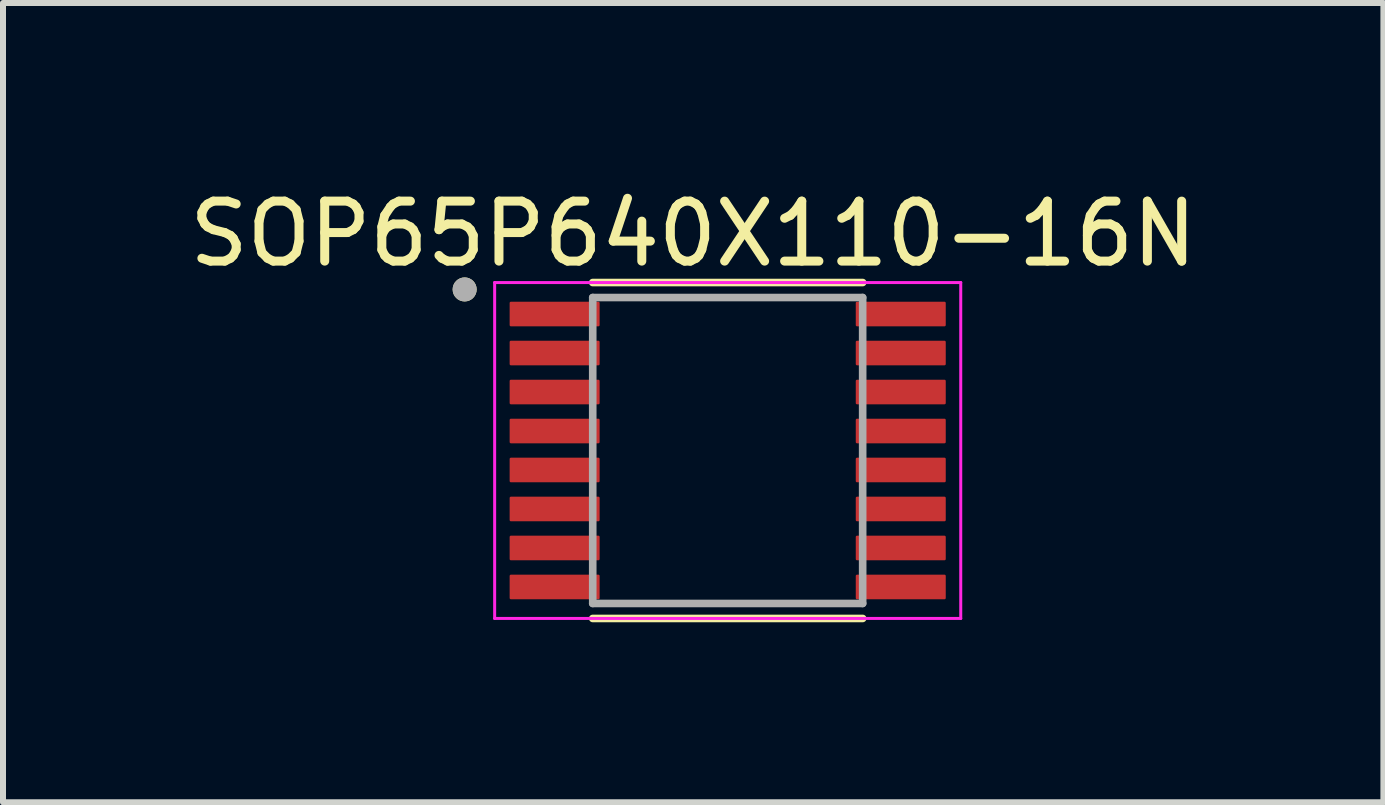
<source format=kicad_pcb>
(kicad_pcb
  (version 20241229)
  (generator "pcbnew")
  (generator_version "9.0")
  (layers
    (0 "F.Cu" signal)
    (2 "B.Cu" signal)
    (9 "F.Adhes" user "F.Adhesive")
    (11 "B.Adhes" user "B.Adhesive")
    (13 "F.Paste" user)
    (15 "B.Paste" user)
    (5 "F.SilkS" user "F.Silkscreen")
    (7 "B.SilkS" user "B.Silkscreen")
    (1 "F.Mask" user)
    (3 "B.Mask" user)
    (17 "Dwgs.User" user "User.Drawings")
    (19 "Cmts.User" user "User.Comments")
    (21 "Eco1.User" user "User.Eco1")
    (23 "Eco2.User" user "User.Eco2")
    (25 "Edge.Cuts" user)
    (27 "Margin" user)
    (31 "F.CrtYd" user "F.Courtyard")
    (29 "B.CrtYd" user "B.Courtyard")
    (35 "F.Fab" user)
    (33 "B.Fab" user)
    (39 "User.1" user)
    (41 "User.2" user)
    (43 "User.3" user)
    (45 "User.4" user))
  (footprint "SOP65P640X110-16N"
    (layer "F.Cu")
    (at 9.081 4.46)
    (property "Reference" "SOP65P640X110-16N" (at -0.575 -3.612 0) (layer "F.SilkS") (effects (font (size 1 1) (thickness 0.15))))
    (attr through_hole)
    (fp_line (start -2.25 -2.8) (end 2.25 -2.8) (stroke (width 0.127) (type solid)) (layer "F.SilkS"))
    (fp_line (start -2.25 2.8) (end 2.25 2.8) (stroke (width 0.127) (type solid)) (layer "F.SilkS"))
    (fp_circle (center -4.385 -2.685) (end -4.285 -2.685) (stroke (width 0.2) (type solid)) (fill no) (layer "F.SilkS"))
    (fp_line (start -3.885 -2.8) (end -3.885 2.8) (stroke (width 0.05) (type solid)) (layer "F.CrtYd"))
    (fp_line (start -3.885 -2.8) (end 3.885 -2.8) (stroke (width 0.05) (type solid)) (layer "F.CrtYd"))
    (fp_line (start -3.885 2.8) (end 3.885 2.8) (stroke (width 0.05) (type solid)) (layer "F.CrtYd"))
    (fp_line (start 3.885 -2.8) (end 3.885 2.8) (stroke (width 0.05) (type solid)) (layer "F.CrtYd"))
    (fp_line (start -2.25 -2.55) (end -2.25 2.55) (stroke (width 0.127) (type solid)) (layer "F.Fab"))
    (fp_line (start -2.25 -2.55) (end 2.25 -2.55) (stroke (width 0.127) (type solid)) (layer "F.Fab"))
    (fp_line (start -2.25 2.55) (end 2.25 2.55) (stroke (width 0.127) (type solid)) (layer "F.Fab"))
    (fp_line (start 2.25 -2.55) (end 2.25 2.55) (stroke (width 0.127) (type solid)) (layer "F.Fab"))
    (fp_circle (center -4.385 -2.685) (end -4.285 -2.685) (stroke (width 0.2) (type solid)) (fill no) (layer "F.Fab"))
    (pad "1" smd roundrect (at -2.885 -2.275) (size 1.5 0.41) (layers "F.Cu" "F.Mask" "F.Paste") (roundrect_rratio 0.05))
    (pad "2" smd roundrect (at -2.885 -1.625) (size 1.5 0.41) (layers "F.Cu" "F.Mask" "F.Paste") (roundrect_rratio 0.05))
    (pad "3" smd roundrect (at -2.885 -0.975) (size 1.5 0.41) (layers "F.Cu" "F.Mask" "F.Paste") (roundrect_rratio 0.05))
    (pad "4" smd roundrect (at -2.885 -0.325) (size 1.5 0.41) (layers "F.Cu" "F.Mask" "F.Paste") (roundrect_rratio 0.05))
    (pad "5" smd roundrect (at -2.885 0.325) (size 1.5 0.41) (layers "F.Cu" "F.Mask" "F.Paste") (roundrect_rratio 0.05))
    (pad "6" smd roundrect (at -2.885 0.975) (size 1.5 0.41) (layers "F.Cu" "F.Mask" "F.Paste") (roundrect_rratio 0.05))
    (pad "7" smd roundrect (at -2.885 1.625) (size 1.5 0.41) (layers "F.Cu" "F.Mask" "F.Paste") (roundrect_rratio 0.05))
    (pad "8" smd roundrect (at -2.885 2.275) (size 1.5 0.41) (layers "F.Cu" "F.Mask" "F.Paste") (roundrect_rratio 0.05))
    (pad "9" smd roundrect (at 2.885 2.275) (size 1.5 0.41) (layers "F.Cu" "F.Mask" "F.Paste") (roundrect_rratio 0.05))
    (pad "10" smd roundrect (at 2.885 1.625) (size 1.5 0.41) (layers "F.Cu" "F.Mask" "F.Paste") (roundrect_rratio 0.05))
    (pad "11" smd roundrect (at 2.885 0.975) (size 1.5 0.41) (layers "F.Cu" "F.Mask" "F.Paste") (roundrect_rratio 0.05))
    (pad "12" smd roundrect (at 2.885 0.325) (size 1.5 0.41) (layers "F.Cu" "F.Mask" "F.Paste") (roundrect_rratio 0.05))
    (pad "13" smd roundrect (at 2.885 -0.325) (size 1.5 0.41) (layers "F.Cu" "F.Mask" "F.Paste") (roundrect_rratio 0.05))
    (pad "14" smd roundrect (at 2.885 -0.975) (size 1.5 0.41) (layers "F.Cu" "F.Mask" "F.Paste") (roundrect_rratio 0.05))
    (pad "15" smd roundrect (at 2.885 -1.625) (size 1.5 0.41) (layers "F.Cu" "F.Mask" "F.Paste") (roundrect_rratio 0.05))
    (pad "16" smd roundrect (at 2.885 -2.275) (size 1.5 0.41) (layers "F.Cu" "F.Mask" "F.Paste") (roundrect_rratio 0.05)))
  (gr_rect
    (start -3 -3)
    (end 20.012 10.324)
    (stroke (width 0.1) (type default))
    (fill no)
    (layer "Edge.Cuts")))
</source>
